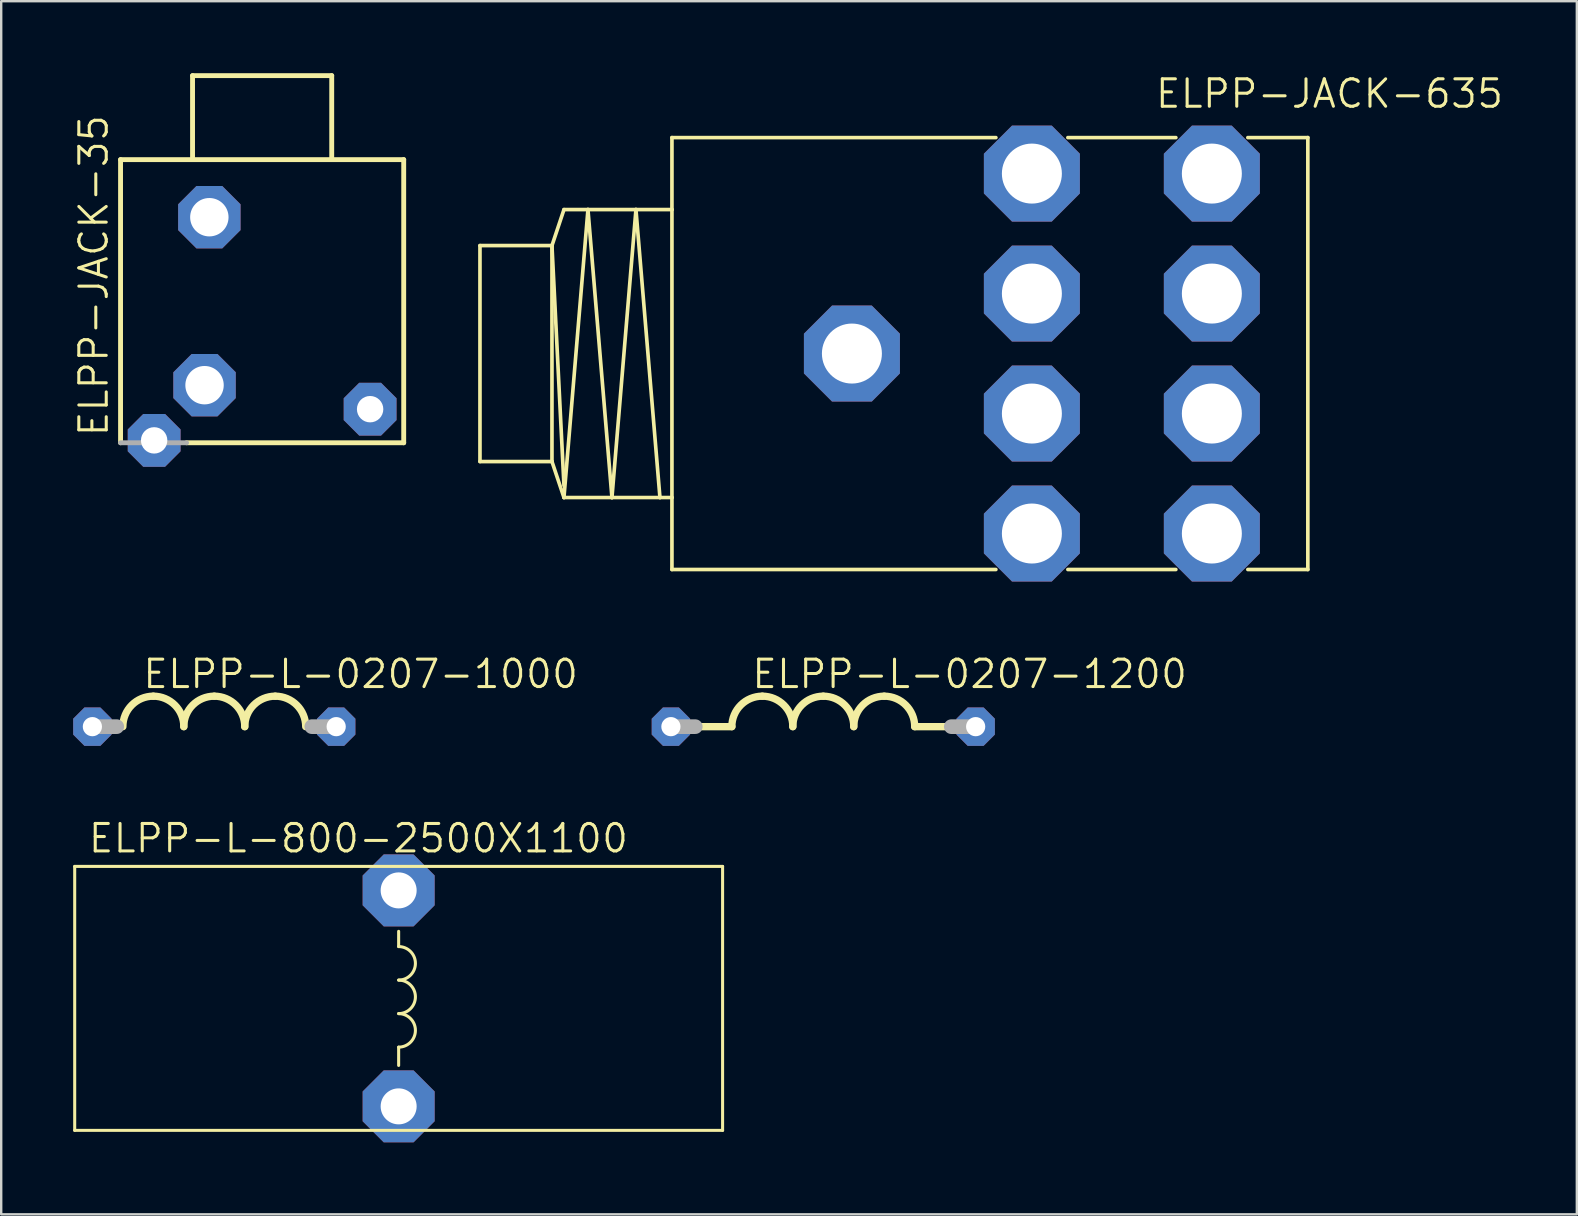
<source format=kicad_pcb>
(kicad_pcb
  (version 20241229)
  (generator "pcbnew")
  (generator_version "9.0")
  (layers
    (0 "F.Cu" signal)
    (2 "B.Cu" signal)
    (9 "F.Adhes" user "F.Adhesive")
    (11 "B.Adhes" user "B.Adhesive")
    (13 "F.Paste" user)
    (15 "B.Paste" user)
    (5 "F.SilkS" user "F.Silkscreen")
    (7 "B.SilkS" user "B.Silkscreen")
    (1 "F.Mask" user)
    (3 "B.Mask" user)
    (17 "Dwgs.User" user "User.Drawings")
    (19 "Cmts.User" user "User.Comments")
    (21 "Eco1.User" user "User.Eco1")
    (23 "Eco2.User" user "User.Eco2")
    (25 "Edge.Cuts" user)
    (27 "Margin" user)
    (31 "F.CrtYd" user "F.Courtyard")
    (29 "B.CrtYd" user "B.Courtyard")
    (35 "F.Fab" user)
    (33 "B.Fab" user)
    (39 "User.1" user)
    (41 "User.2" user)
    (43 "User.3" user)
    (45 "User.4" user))
  (footprint "ELPP-L-800-2500X1100"
    (layer "F.Cu")
    (at 13.563 38.556)
    (property "Reference" "ELPP-L-800-2500X1100" (at -13 -6 0) (unlocked yes) (layer "F.SilkS") (effects (font (size 1.143 1.143) (thickness 0.127)) (justify left bottom)))
    (fp_line (start -13.5 -5.5) (end -13.5 5.5) (stroke (width 0.127) (type solid)) (layer "F.SilkS"))
    (fp_line (start 0 -2.794) (end 0 -2.159) (stroke (width 0.127) (type solid)) (layer "F.SilkS"))
    (fp_line (start 0 2.032) (end 0 2.794) (stroke (width 0.127) (type solid)) (layer "F.SilkS"))
    (fp_line (start 13.5 -5.5) (end -13.5 -5.5) (stroke (width 0.127) (type solid)) (layer "F.SilkS"))
    (fp_line (start 13.5 -5.5) (end 13.5 5.5) (stroke (width 0.127) (type solid)) (layer "F.SilkS"))
    (fp_line (start 13.5 5.5) (end -13.5 5.5) (stroke (width 0.127) (type solid)) (layer "F.SilkS"))
    (fp_arc (start 0 -2.159) (mid 0.6985 -1.4605) (end 0 -0.762) (stroke (width 0.127) (type solid)) (layer "F.SilkS"))
    (fp_arc (start 0 -0.762) (mid 0.6985 -0.0635) (end 0 0.635) (stroke (width 0.127) (type solid)) (layer "F.SilkS"))
    (fp_arc (start 0 0.635) (mid 0.6985 1.3335) (end 0 2.032) (stroke (width 0.127) (type solid)) (layer "F.SilkS"))
    (pad "1" thru_hole roundrect (at 0 -4.5) (size 3 3) (drill 1.5) (layers "*.Cu" "*.Mask") (roundrect_rratio 0.25) (chamfer_ratio 0.293) (chamfer top_left top_right bottom_left bottom_right))
    (pad "2" thru_hole roundrect (at 0 4.5) (size 3 3) (drill 1.5) (layers "*.Cu" "*.Mask") (roundrect_rratio 0.25) (chamfer_ratio 0.293) (chamfer top_left top_right bottom_left bottom_right)))
  (footprint "ELPP-JACK-35"
    (layer "F.Cu")
    (at 7.874 9.502)
    (property "Reference" "ELPP-JACK-35" (at -6.35 5.715 90) (unlocked yes) (layer "F.SilkS") (effects (font (size 1.143 1.143) (thickness 0.127)) (justify left bottom)))
    (fp_line (start -5.9 -5.9) (end 5.9 -5.9) (stroke (width 0.203) (type solid)) (layer "F.SilkS"))
    (fp_line (start -5.9 5.9) (end -5.9 -5.9) (stroke (width 0.203) (type solid)) (layer "F.SilkS"))
    (fp_line (start -3.15 5.9) (end 5.9 5.9) (stroke (width 0.203) (type solid)) (layer "F.SilkS"))
    (fp_line (start -2.9 -9.4) (end 2.9 -9.4) (stroke (width 0.203) (type solid)) (layer "F.SilkS"))
    (fp_line (start -2.9 -6) (end -2.9 -9.4) (stroke (width 0.203) (type solid)) (layer "F.SilkS"))
    (fp_line (start 2.9 -9.4) (end 2.9 -6) (stroke (width 0.203) (type solid)) (layer "F.SilkS"))
    (fp_line (start 5.9 -5.9) (end 5.9 5.9) (stroke (width 0.203) (type solid)) (layer "F.SilkS"))
    (fp_line (start -5.9 5.9) (end -3.15 5.9) (stroke (width 0.203) (type solid)) (layer "F.Fab"))
    (pad "B" thru_hole roundrect (at -2.4 3.5 90) (size 2.6 2.6) (drill 1.6) (layers "*.Cu" "*.Mask") (roundrect_rratio 0.25) (chamfer_ratio 0.293) (chamfer top_left top_right bottom_left bottom_right))
    (pad "R" thru_hole roundrect (at -4.5 5.8) (size 2.2 2.2) (drill 1.1) (layers "*.Cu" "*.Mask") (roundrect_rratio 0.25) (chamfer_ratio 0.293) (chamfer top_left top_right bottom_left bottom_right))
    (pad "S" thru_hole roundrect (at -2.2 -3.5) (size 2.6 2.6) (drill 1.6) (layers "*.Cu" "*.Mask") (roundrect_rratio 0.25) (chamfer_ratio 0.293) (chamfer top_left top_right bottom_left bottom_right))
    (pad "T" thru_hole roundrect (at 4.5 4.5) (size 2.2 2.2) (drill 1.1) (layers "*.Cu" "*.Mask") (roundrect_rratio 0.25) (chamfer_ratio 0.293) (chamfer top_left top_right bottom_left bottom_right)))
  (footprint "ELPP-JACK-635"
    (layer "F.Cu")
    (at 39.952 11.684)
    (property "Reference" "ELPP-JACK-635" (at 5.08 -10.16 0) (unlocked yes) (layer "F.SilkS") (effects (font (size 1.143 1.143) (thickness 0.127)) (justify left bottom)))
    (fp_line (start -23 -4.5) (end -23 4.5) (stroke (width 0.152) (type solid)) (layer "F.SilkS"))
    (fp_line (start -20 -4.5) (end -23 -4.5) (stroke (width 0.152) (type solid)) (layer "F.SilkS"))
    (fp_line (start -20 -4.5) (end -20 4.5) (stroke (width 0.152) (type solid)) (layer "F.SilkS"))
    (fp_line (start -20 -4.5) (end -19.5 -6) (stroke (width 0.152) (type solid)) (layer "F.SilkS"))
    (fp_line (start -20 -4.5) (end -19.5 5.5) (stroke (width 0.152) (type solid)) (layer "F.SilkS"))
    (fp_line (start -20 4.5) (end -23 4.5) (stroke (width 0.152) (type solid)) (layer "F.SilkS"))
    (fp_line (start -20 4.5) (end -19.5 6) (stroke (width 0.152) (type solid)) (layer "F.SilkS"))
    (fp_line (start -19.5 6) (end -18.5 -6) (stroke (width 0.152) (type solid)) (layer "F.SilkS"))
    (fp_line (start -19.5 6) (end -17.5 6) (stroke (width 0.152) (type solid)) (layer "F.SilkS"))
    (fp_line (start -18.5 -6) (end -19.5 -6) (stroke (width 0.152) (type solid)) (layer "F.SilkS"))
    (fp_line (start -18.5 -6) (end -17.5 6) (stroke (width 0.152) (type solid)) (layer "F.SilkS"))
    (fp_line (start -17.5 6) (end -16.5 -6) (stroke (width 0.152) (type solid)) (layer "F.SilkS"))
    (fp_line (start -17.5 6) (end -15.5 6) (stroke (width 0.152) (type solid)) (layer "F.SilkS"))
    (fp_line (start -16.5 -6) (end -18.5 -6) (stroke (width 0.152) (type solid)) (layer "F.SilkS"))
    (fp_line (start -16.5 -6) (end -15.5 6) (stroke (width 0.152) (type solid)) (layer "F.SilkS"))
    (fp_line (start -15.5 6) (end -15 6) (stroke (width 0.152) (type solid)) (layer "F.SilkS"))
    (fp_line (start -15 -9) (end -15 -6) (stroke (width 0.152) (type solid)) (layer "F.SilkS"))
    (fp_line (start -15 -9) (end -1.5 -9) (stroke (width 0.152) (type solid)) (layer "F.SilkS"))
    (fp_line (start -15 -6) (end -16.5 -6) (stroke (width 0.152) (type solid)) (layer "F.SilkS"))
    (fp_line (start -15 -6) (end -15 6) (stroke (width 0.152) (type solid)) (layer "F.SilkS"))
    (fp_line (start -15 6) (end -15 9) (stroke (width 0.152) (type solid)) (layer "F.SilkS"))
    (fp_line (start -15 9) (end -1.5 9) (stroke (width 0.152) (type solid)) (layer "F.SilkS"))
    (fp_line (start 1.5 -9) (end 6 -9) (stroke (width 0.152) (type solid)) (layer "F.SilkS"))
    (fp_line (start 1.5 9) (end 6 9) (stroke (width 0.152) (type solid)) (layer "F.SilkS"))
    (fp_line (start 11.5 -9) (end 9 -9) (stroke (width 0.152) (type solid)) (layer "F.SilkS"))
    (fp_line (start 11.5 9) (end 9 9) (stroke (width 0.152) (type solid)) (layer "F.SilkS"))
    (fp_line (start 11.5 9) (end 11.5 -9) (stroke (width 0.152) (type solid)) (layer "F.SilkS"))
    (pad "1" thru_hole roundrect (at -7.5 0 180) (size 4 4) (drill 2.5) (layers "*.Cu" "*.Mask") (roundrect_rratio 0.25) (chamfer_ratio 0.293) (chamfer top_left top_right bottom_left bottom_right))
    (pad "2" thru_hole roundrect (at 7.5 2.5 180) (size 4 4) (drill 2.5) (layers "*.Cu" "*.Mask") (roundrect_rratio 0.25) (chamfer_ratio 0.293) (chamfer top_left top_right bottom_left bottom_right))
    (pad "3" thru_hole roundrect (at 7.5 -2.5 180) (size 4 4) (drill 2.5) (layers "*.Cu" "*.Mask") (roundrect_rratio 0.25) (chamfer_ratio 0.293) (chamfer top_left top_right bottom_left bottom_right))
    (pad "4" thru_hole roundrect (at 0 2.5 180) (size 4 4) (drill 2.5) (layers "*.Cu" "*.Mask") (roundrect_rratio 0.25) (chamfer_ratio 0.293) (chamfer top_left top_right bottom_left bottom_right))
    (pad "5" thru_hole roundrect (at 0 7.5 180) (size 4 4) (drill 2.5) (layers "*.Cu" "*.Mask") (roundrect_rratio 0.25) (chamfer_ratio 0.293) (chamfer top_left top_right bottom_left bottom_right))
    (pad "6" thru_hole roundrect (at 7.5 7.5 180) (size 4 4) (drill 2.5) (layers "*.Cu" "*.Mask") (roundrect_rratio 0.25) (chamfer_ratio 0.293) (chamfer top_left top_right bottom_left bottom_right))
    (pad "7" thru_hole roundrect (at 0 -2.5 180) (size 4 4) (drill 2.5) (layers "*.Cu" "*.Mask") (roundrect_rratio 0.25) (chamfer_ratio 0.293) (chamfer top_left top_right bottom_left bottom_right))
    (pad "8" thru_hole roundrect (at 0 -7.5 180) (size 4 4) (drill 2.5) (layers "*.Cu" "*.Mask") (roundrect_rratio 0.25) (chamfer_ratio 0.293) (chamfer top_left top_right bottom_left bottom_right))
    (pad "9" thru_hole roundrect (at 7.5 -7.5 180) (size 4 4) (drill 2.5) (layers "*.Cu" "*.Mask") (roundrect_rratio 0.25) (chamfer_ratio 0.293) (chamfer top_left top_right bottom_left bottom_right)))
  (footprint "ELPP-L-0207-1000"
    (layer "F.Cu")
    (at 5.88 27.232)
    (property "Reference" "ELPP-L-0207-1000" (at -3.048 -1.524 0) (unlocked yes) (layer "F.SilkS") (effects (font (size 1.143 1.143) (thickness 0.127)) (justify left bottom)))
    (fp_arc (start -3.81 0) (mid -3.438026 -0.898026) (end -2.54 -1.27) (stroke (width 0.3048) (type solid)) (layer "F.SilkS"))
    (fp_arc (start -2.54 -1.27) (mid -1.641974 -0.898026) (end -1.27 0) (stroke (width 0.3048) (type solid)) (layer "F.SilkS"))
    (fp_arc (start -1.27 0) (mid -0.898026 -0.898026) (end 0 -1.27) (stroke (width 0.3048) (type solid)) (layer "F.SilkS"))
    (fp_arc (start 0 -1.27) (mid 0.898026 -0.898026) (end 1.27 0) (stroke (width 0.3048) (type solid)) (layer "F.SilkS"))
    (fp_arc (start 1.27 0) (mid 1.641974 -0.898026) (end 2.54 -1.27) (stroke (width 0.3048) (type solid)) (layer "F.SilkS"))
    (fp_arc (start 2.54 -1.27) (mid 3.438026 -0.898026) (end 3.81 0) (stroke (width 0.3048) (type solid)) (layer "F.SilkS"))
    (fp_line (start -5.08 0) (end -4.064 0) (stroke (width 0.61) (type solid)) (layer "F.Fab"))
    (fp_line (start 5.08 0) (end 4.064 0) (stroke (width 0.61) (type solid)) (layer "F.Fab"))
    (pad "1" thru_hole roundrect (at -5.08 0) (size 1.6 1.6) (drill 0.8) (layers "*.Cu" "*.Mask") (roundrect_rratio 0.25) (chamfer_ratio 0.293) (chamfer top_left top_right bottom_left bottom_right))
    (pad "2" thru_hole roundrect (at 5.08 0) (size 1.6 1.6) (drill 0.8) (layers "*.Cu" "*.Mask") (roundrect_rratio 0.25) (chamfer_ratio 0.293) (chamfer top_left top_right bottom_left bottom_right)))
  (footprint "ELPP-L-0207-1200"
    (layer "F.Cu")
    (at 31.259 27.232)
    (property "Reference" "ELPP-L-0207-1200" (at -3.048 -1.524 0) (unlocked yes) (layer "F.SilkS") (effects (font (size 1.143 1.143) (thickness 0.127)) (justify left bottom)))
    (fp_line (start -3.81 0) (end -5.08 0) (stroke (width 0.305) (type solid)) (layer "F.SilkS"))
    (fp_line (start 3.81 0) (end 5.08 0) (stroke (width 0.305) (type solid)) (layer "F.SilkS"))
    (fp_arc (start -3.81 0) (mid -3.438026 -0.898026) (end -2.54 -1.27) (stroke (width 0.3048) (type solid)) (layer "F.SilkS"))
    (fp_arc (start -2.54 -1.27) (mid -1.641974 -0.898026) (end -1.27 0) (stroke (width 0.3048) (type solid)) (layer "F.SilkS"))
    (fp_arc (start -1.27 0) (mid -0.898026 -0.898026) (end 0 -1.27) (stroke (width 0.3048) (type solid)) (layer "F.SilkS"))
    (fp_arc (start 0 -1.27) (mid 0.898026 -0.898026) (end 1.27 0) (stroke (width 0.3048) (type solid)) (layer "F.SilkS"))
    (fp_arc (start 1.27 0) (mid 1.641974 -0.898026) (end 2.54 -1.27) (stroke (width 0.3048) (type solid)) (layer "F.SilkS"))
    (fp_arc (start 2.54 -1.27) (mid 3.438026 -0.898026) (end 3.81 0) (stroke (width 0.3048) (type solid)) (layer "F.SilkS"))
    (fp_line (start -6.35 0) (end -5.334 0) (stroke (width 0.61) (type solid)) (layer "F.Fab"))
    (fp_line (start 6.35 0) (end 5.334 0) (stroke (width 0.61) (type solid)) (layer "F.Fab"))
    (pad "1" thru_hole roundrect (at -6.35 0) (size 1.6 1.6) (drill 0.8) (layers "*.Cu" "*.Mask") (roundrect_rratio 0.25) (chamfer_ratio 0.293) (chamfer top_left top_right bottom_left bottom_right))
    (pad "2" thru_hole roundrect (at 6.35 0) (size 1.6 1.6) (drill 0.8) (layers "*.Cu" "*.Mask") (roundrect_rratio 0.25) (chamfer_ratio 0.293) (chamfer top_left top_right bottom_left bottom_right)))
  (gr_rect
    (start -3 -3)
    (end 62.662 47.556)
    (stroke (width 0.1) (type default))
    (fill no)
    (layer "Edge.Cuts")))
</source>
